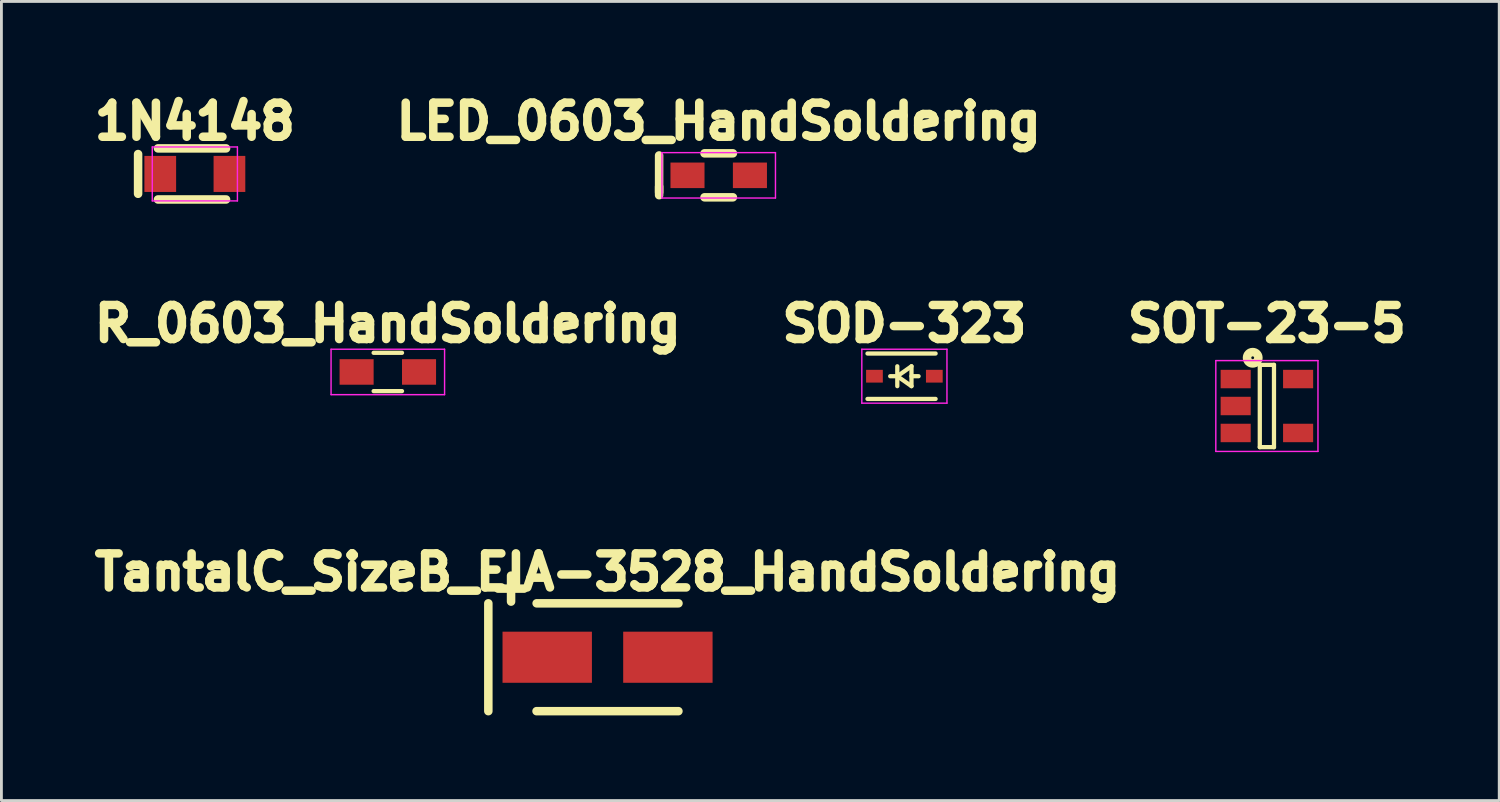
<source format=kicad_pcb>
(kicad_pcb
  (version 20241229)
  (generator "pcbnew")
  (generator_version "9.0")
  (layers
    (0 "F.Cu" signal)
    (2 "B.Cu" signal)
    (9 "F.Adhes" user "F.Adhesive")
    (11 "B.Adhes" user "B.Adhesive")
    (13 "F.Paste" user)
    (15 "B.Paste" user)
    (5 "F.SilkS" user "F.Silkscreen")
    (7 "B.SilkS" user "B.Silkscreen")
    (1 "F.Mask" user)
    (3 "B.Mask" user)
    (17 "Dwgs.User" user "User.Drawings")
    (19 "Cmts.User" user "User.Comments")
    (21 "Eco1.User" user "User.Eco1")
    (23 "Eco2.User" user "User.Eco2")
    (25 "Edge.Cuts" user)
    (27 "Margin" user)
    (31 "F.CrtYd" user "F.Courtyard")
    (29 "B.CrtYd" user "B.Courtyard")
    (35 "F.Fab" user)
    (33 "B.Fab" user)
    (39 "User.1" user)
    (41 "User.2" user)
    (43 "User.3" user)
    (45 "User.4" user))
  (footprint "1N4148"
    (layer "F.Cu")
    (at 3.816 3.079)
    (property "Reference" "1N4148" (at 0 -1.85 0) (layer "F.SilkS") (effects (font (size 1.2 1.2) (thickness 0.3))))
    (attr smd)
    (fp_line (start -2 -0.7) (end -2 0.7) (stroke (width 0.3) (type solid)) (layer "F.SilkS"))
    (fp_line (start -1.3 -0.9) (end 1.1 -0.9) (stroke (width 0.3) (type solid)) (layer "F.SilkS"))
    (fp_line (start -1.3 0.9) (end 1.1 0.9) (stroke (width 0.3) (type solid)) (layer "F.SilkS"))
    (fp_line (start -1.5 -0.95) (end -1.5 0.95) (stroke (width 0.05) (type solid)) (layer "F.CrtYd"))
    (fp_line (start -1.5 -0.95) (end 1.5 -0.95) (stroke (width 0.05) (type solid)) (layer "F.CrtYd"))
    (fp_line (start -1.5 0.95) (end 1.5 0.95) (stroke (width 0.05) (type solid)) (layer "F.CrtYd"))
    (fp_line (start 1.5 -0.95) (end 1.5 0.95) (stroke (width 0.05) (type solid)) (layer "F.CrtYd"))
    (pad "1" smd rect (at -1.219 0) (size 1.118 1.27) (layers "F.Cu" "F.Mask" "F.Paste"))
    (pad "2" smd rect (at 1.219 0) (size 1.118 1.27) (layers "F.Cu" "F.Mask" "F.Paste")))
  (footprint "TantalC_SizeB_EIA-3528_HandSoldering"
    (layer "F.Cu")
    (at 18.359 20.11)
    (property "Reference" "TantalC_SizeB_EIA-3528_HandSoldering" (at 0 -3 0) (layer "F.SilkS") (effects (font (size 1.2 1.2) (thickness 0.3))))
    (attr smd)
    (fp_line (start -4.201 -1.9) (end -4.201 1.9) (stroke (width 0.3) (type solid)) (layer "F.SilkS"))
    (fp_line (start 2.497 1.9) (end -2.502 1.9) (stroke (width 0.3) (type solid)) (layer "F.SilkS"))
    (fp_line (start 2.499 -1.9) (end -2.499 -1.9) (stroke (width 0.3) (type solid)) (layer "F.SilkS"))
    (fp_text user "+" (at -3.4 -2.5 0) (layer "F.SilkS") (effects (font (size 1.2 1.2) (thickness 0.3))))
    (pad "1" smd rect (at -2.126 0) (size 3.15 1.801) (layers "F.Cu" "F.Mask" "F.Paste"))
    (pad "2" smd rect (at 2.126 0) (size 3.15 1.801) (layers "F.Cu" "F.Mask" "F.Paste")))
  (footprint "SOD-323"
    (layer "F.Cu")
    (at 28.819 10.207)
    (property "Reference" "SOD-323" (at 0 -1.85 0) (layer "F.SilkS") (effects (font (size 1.2 1.2) (thickness 0.3))))
    (attr smd)
    (fp_line (start -1.3 -0.8) (end 1.1 -0.8) (stroke (width 0.15) (type solid)) (layer "F.SilkS"))
    (fp_line (start -1.3 0.8) (end 1.1 0.8) (stroke (width 0.15) (type solid)) (layer "F.SilkS"))
    (fp_line (start -0.25 -0.35) (end -0.25 0.35) (stroke (width 0.15) (type solid)) (layer "F.SilkS"))
    (fp_line (start -0.25 0) (end -0.5 0) (stroke (width 0.15) (type solid)) (layer "F.SilkS"))
    (fp_line (start -0.25 0) (end 0.25 -0.35) (stroke (width 0.15) (type solid)) (layer "F.SilkS"))
    (fp_line (start 0.25 -0.35) (end 0.25 0.35) (stroke (width 0.15) (type solid)) (layer "F.SilkS"))
    (fp_line (start 0.25 0) (end 0.5 0) (stroke (width 0.15) (type solid)) (layer "F.SilkS"))
    (fp_line (start 0.25 0.35) (end -0.25 0) (stroke (width 0.15) (type solid)) (layer "F.SilkS"))
    (fp_line (start -1.5 -0.95) (end -1.5 0.95) (stroke (width 0.05) (type solid)) (layer "F.CrtYd"))
    (fp_line (start -1.5 -0.95) (end 1.5 -0.95) (stroke (width 0.05) (type solid)) (layer "F.CrtYd"))
    (fp_line (start -1.5 0.95) (end 1.5 0.95) (stroke (width 0.05) (type solid)) (layer "F.CrtYd"))
    (fp_line (start 1.5 -0.95) (end 1.5 0.95) (stroke (width 0.05) (type solid)) (layer "F.CrtYd"))
    (pad "1" smd rect (at -1.055 0) (size 0.59 0.45) (layers "F.Cu" "F.Mask" "F.Paste"))
    (pad "2" smd rect (at 1.055 0) (size 0.59 0.45) (layers "F.Cu" "F.Mask" "F.Paste")))
  (footprint "R_0603_HandSoldering"
    (layer "F.Cu")
    (at 10.616 10.057)
    (property "Reference" "R_0603_HandSoldering" (at 0 -1.7 0) (layer "F.SilkS") (effects (font (size 1.2 1.2) (thickness 0.3))))
    (attr smd)
    (fp_line (start -0.5 -0.675) (end 0.5 -0.675) (stroke (width 0.15) (type solid)) (layer "F.SilkS"))
    (fp_line (start 0.5 0.675) (end -0.5 0.675) (stroke (width 0.15) (type solid)) (layer "F.SilkS"))
    (fp_line (start -2 -0.8) (end -2 0.8) (stroke (width 0.05) (type solid)) (layer "F.CrtYd"))
    (fp_line (start -2 -0.8) (end 2 -0.8) (stroke (width 0.05) (type solid)) (layer "F.CrtYd"))
    (fp_line (start -2 0.8) (end 2 0.8) (stroke (width 0.05) (type solid)) (layer "F.CrtYd"))
    (fp_line (start 2 -0.8) (end 2 0.8) (stroke (width 0.05) (type solid)) (layer "F.CrtYd"))
    (pad "1" smd rect (at -1.1 0) (size 1.2 0.9) (layers "F.Cu" "F.Mask" "F.Paste"))
    (pad "2" smd rect (at 1.1 0) (size 1.2 0.9) (layers "F.Cu" "F.Mask" "F.Paste")))
  (footprint "SOT-23-5"
    (layer "F.Cu")
    (at 41.593 11.257)
    (property "Reference" "SOT-23-5" (at 0 -2.9 0) (layer "F.SilkS") (effects (font (size 1.2 1.2) (thickness 0.3))))
    (attr smd)
    (fp_line (start -0.25 -1.45) (end -0.25 1.45) (stroke (width 0.15) (type solid)) (layer "F.SilkS"))
    (fp_line (start -0.25 1.45) (end 0.25 1.45) (stroke (width 0.15) (type solid)) (layer "F.SilkS"))
    (fp_line (start 0.25 -1.45) (end -0.25 -1.45) (stroke (width 0.15) (type solid)) (layer "F.SilkS"))
    (fp_line (start 0.25 1.45) (end 0.25 -1.45) (stroke (width 0.15) (type solid)) (layer "F.SilkS"))
    (fp_circle (center -0.5 -1.7) (end -0.3 -1.7) (stroke (width 0.3) (type solid)) (fill no) (layer "F.SilkS"))
    (fp_line (start -1.8 -1.6) (end 1.8 -1.6) (stroke (width 0.05) (type solid)) (layer "F.CrtYd"))
    (fp_line (start -1.8 1.6) (end -1.8 -1.6) (stroke (width 0.05) (type solid)) (layer "F.CrtYd"))
    (fp_line (start 1.8 -1.6) (end 1.8 1.6) (stroke (width 0.05) (type solid)) (layer "F.CrtYd"))
    (fp_line (start 1.8 1.6) (end -1.8 1.6) (stroke (width 0.05) (type solid)) (layer "F.CrtYd"))
    (pad "1" smd rect (at -1.1 -0.95) (size 1.06 0.65) (layers "F.Cu" "F.Mask" "F.Paste"))
    (pad "2" smd rect (at -1.1 0) (size 1.06 0.65) (layers "F.Cu" "F.Mask" "F.Paste"))
    (pad "3" smd rect (at -1.1 0.95) (size 1.06 0.65) (layers "F.Cu" "F.Mask" "F.Paste"))
    (pad "4" smd rect (at 1.1 0.95) (size 1.06 0.65) (layers "F.Cu" "F.Mask" "F.Paste"))
    (pad "5" smd rect (at 1.1 -0.95) (size 1.06 0.65) (layers "F.Cu" "F.Mask" "F.Paste")))
  (footprint "LED_0603_HandSoldering"
    (layer "F.Cu")
    (at 22.276 3.128)
    (property "Reference" "LED_0603_HandSoldering" (at 0 -1.9 0) (layer "F.SilkS") (effects (font (size 1.2 1.2) (thickness 0.3))))
    (attr smd)
    (fp_line (start -2.1 -0.7) (end -2.1 0.6) (stroke (width 0.3) (type solid)) (layer "F.SilkS"))
    (fp_line (start -2.1 0.4) (end -2.1 0.7) (stroke (width 0.3) (type solid)) (layer "F.SilkS"))
    (fp_line (start -0.5 -0.775) (end 0.5 -0.775) (stroke (width 0.3) (type solid)) (layer "F.SilkS"))
    (fp_line (start 0.5 0.775) (end -0.5 0.775) (stroke (width 0.3) (type solid)) (layer "F.SilkS"))
    (fp_line (start -2 -0.8) (end -2 0.8) (stroke (width 0.05) (type solid)) (layer "F.CrtYd"))
    (fp_line (start -2 -0.8) (end 2 -0.8) (stroke (width 0.05) (type solid)) (layer "F.CrtYd"))
    (fp_line (start -2 0.8) (end 2 0.8) (stroke (width 0.05) (type solid)) (layer "F.CrtYd"))
    (fp_line (start 2 -0.8) (end 2 0.8) (stroke (width 0.05) (type solid)) (layer "F.CrtYd"))
    (pad "1" smd rect (at -1.1 0) (size 1.2 0.9) (layers "F.Cu" "F.Mask" "F.Paste"))
    (pad "2" smd rect (at 1.1 0) (size 1.2 0.9) (layers "F.Cu" "F.Mask" "F.Paste")))
  (gr_rect
    (start -3 -3)
    (end 49.78 25.16)
    (stroke (width 0.1) (type default))
    (fill no)
    (layer "Edge.Cuts")))
</source>
